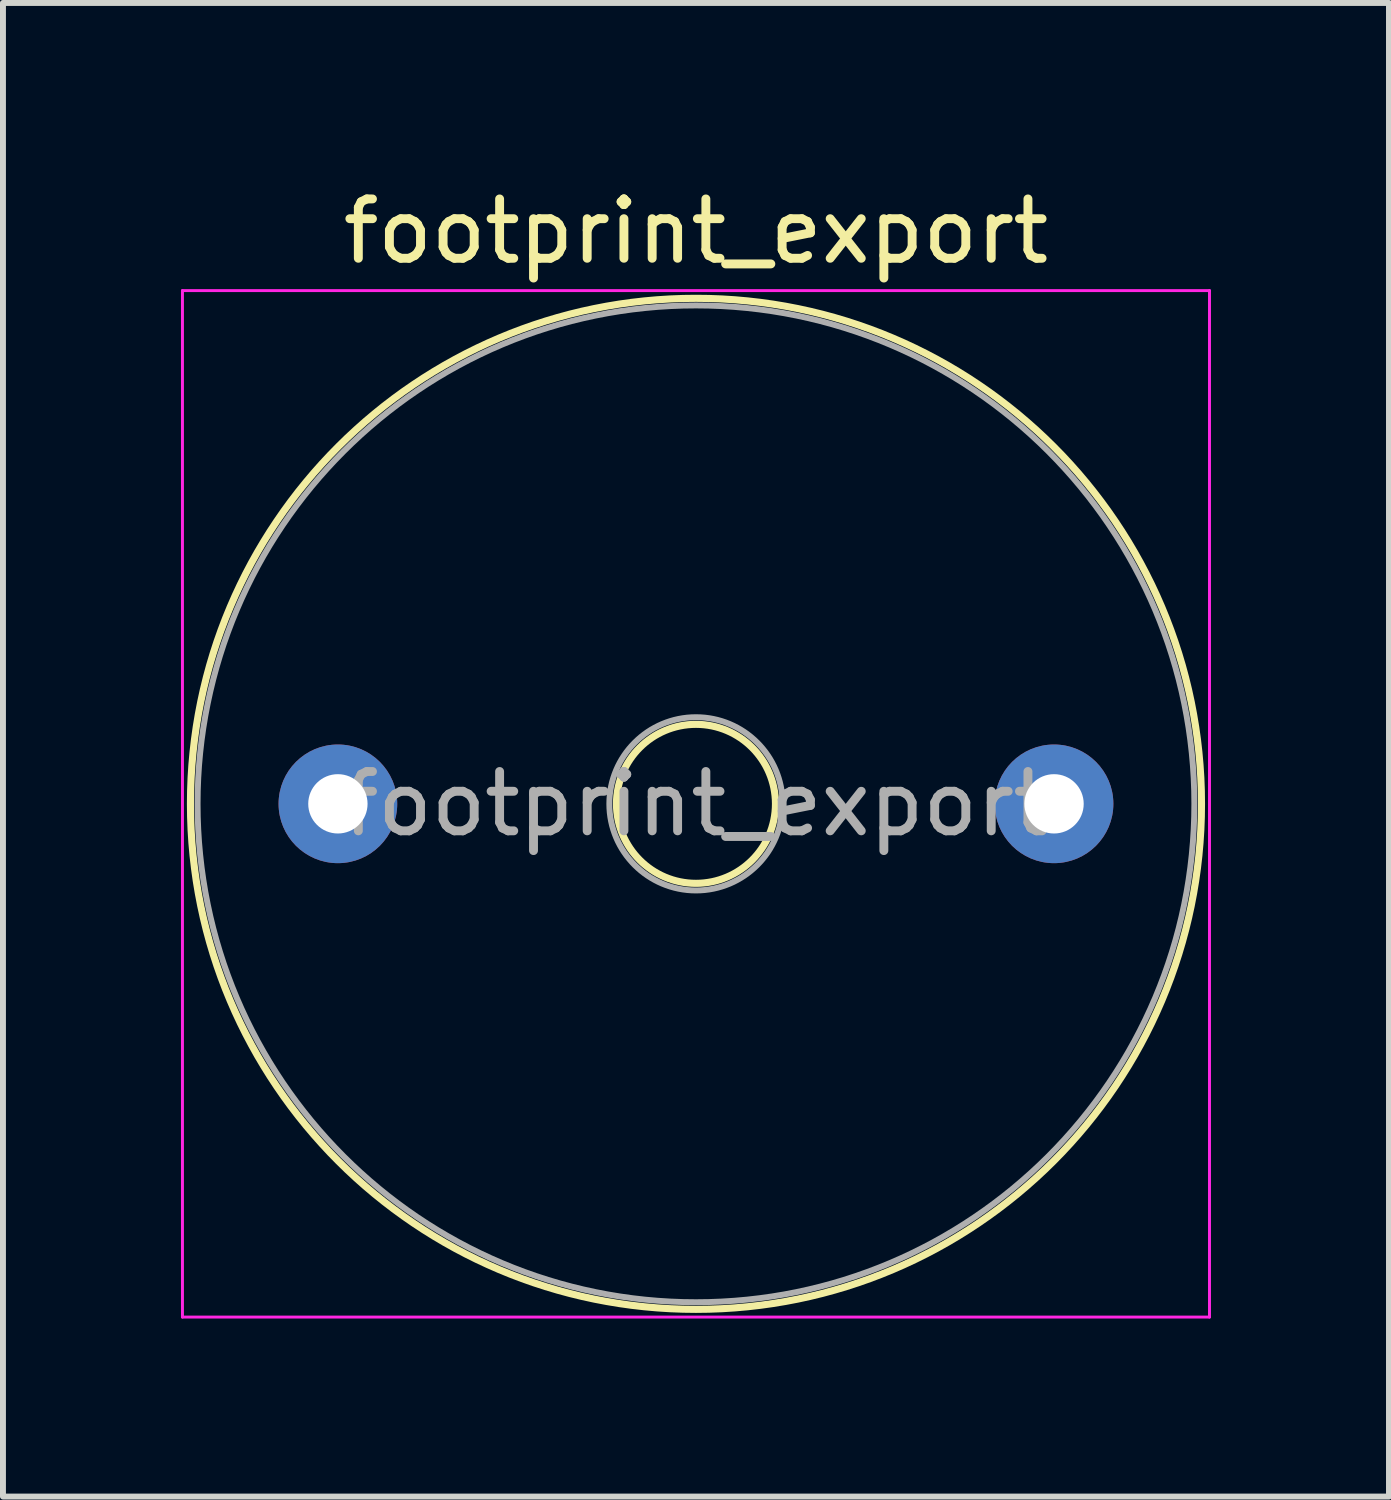
<source format=kicad_pcb>
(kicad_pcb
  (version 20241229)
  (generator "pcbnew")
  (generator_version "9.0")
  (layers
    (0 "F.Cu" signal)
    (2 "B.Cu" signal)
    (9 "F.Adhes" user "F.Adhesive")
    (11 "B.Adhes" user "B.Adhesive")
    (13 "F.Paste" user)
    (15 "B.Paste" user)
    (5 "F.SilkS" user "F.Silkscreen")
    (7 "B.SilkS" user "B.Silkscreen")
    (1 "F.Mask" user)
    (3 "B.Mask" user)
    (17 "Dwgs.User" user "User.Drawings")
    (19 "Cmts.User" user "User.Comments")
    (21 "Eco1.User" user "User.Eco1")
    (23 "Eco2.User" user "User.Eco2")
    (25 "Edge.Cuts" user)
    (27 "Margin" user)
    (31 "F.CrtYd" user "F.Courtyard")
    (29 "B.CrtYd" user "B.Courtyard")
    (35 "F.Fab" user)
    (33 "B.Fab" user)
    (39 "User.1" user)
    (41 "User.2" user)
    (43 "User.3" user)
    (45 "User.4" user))
  (footprint "footprint_export"
    (layer "F.Cu")
    (at 2.645 10.498)
    (property "Reference" "footprint_export" (at 6.035 -9.65 0) (layer "F.SilkS") (effects (font (size 1 1) (thickness 0.15))))
    (attr through_hole)
    (fp_circle (center 6.035 0) (end 7.375 0) (stroke (width 0.12) (type solid)) (fill no) (layer "F.SilkS"))
    (fp_circle (center 6.035 0) (end 14.555 0) (stroke (width 0.12) (type solid)) (fill no) (layer "F.SilkS"))
    (fp_line (start -2.62 -8.65) (end -2.62 8.65) (stroke (width 0.05) (type solid)) (layer "F.CrtYd"))
    (fp_line (start -2.62 8.65) (end 14.69 8.65) (stroke (width 0.05) (type solid)) (layer "F.CrtYd"))
    (fp_line (start 14.69 -8.65) (end -2.62 -8.65) (stroke (width 0.05) (type solid)) (layer "F.CrtYd"))
    (fp_line (start 14.69 8.65) (end 14.69 -8.65) (stroke (width 0.05) (type solid)) (layer "F.CrtYd"))
    (fp_circle (center 6.035 0) (end 7.495 0) (stroke (width 0.1) (type solid)) (fill no) (layer "F.Fab"))
    (fp_circle (center 6.035 0) (end 14.435 0) (stroke (width 0.1) (type solid)) (fill no) (layer "F.Fab"))
    (fp_text user "${REFERENCE}" (at 6.035 0 0) (layer "F.Fab") (effects (font (size 1 1) (thickness 0.15))))
    (pad "1" thru_hole circle (at 0 0) (size 2 2) (drill 1) (layers "*.Cu" "*.Mask"))
    (pad "2" thru_hole circle (at 12.07 0) (size 2 2) (drill 1) (layers "*.Cu" "*.Mask")))
  (gr_rect
    (start -3 -3)
    (end 20.36 22.173)
    (stroke (width 0.1) (type default))
    (fill no)
    (layer "Edge.Cuts")))
</source>
